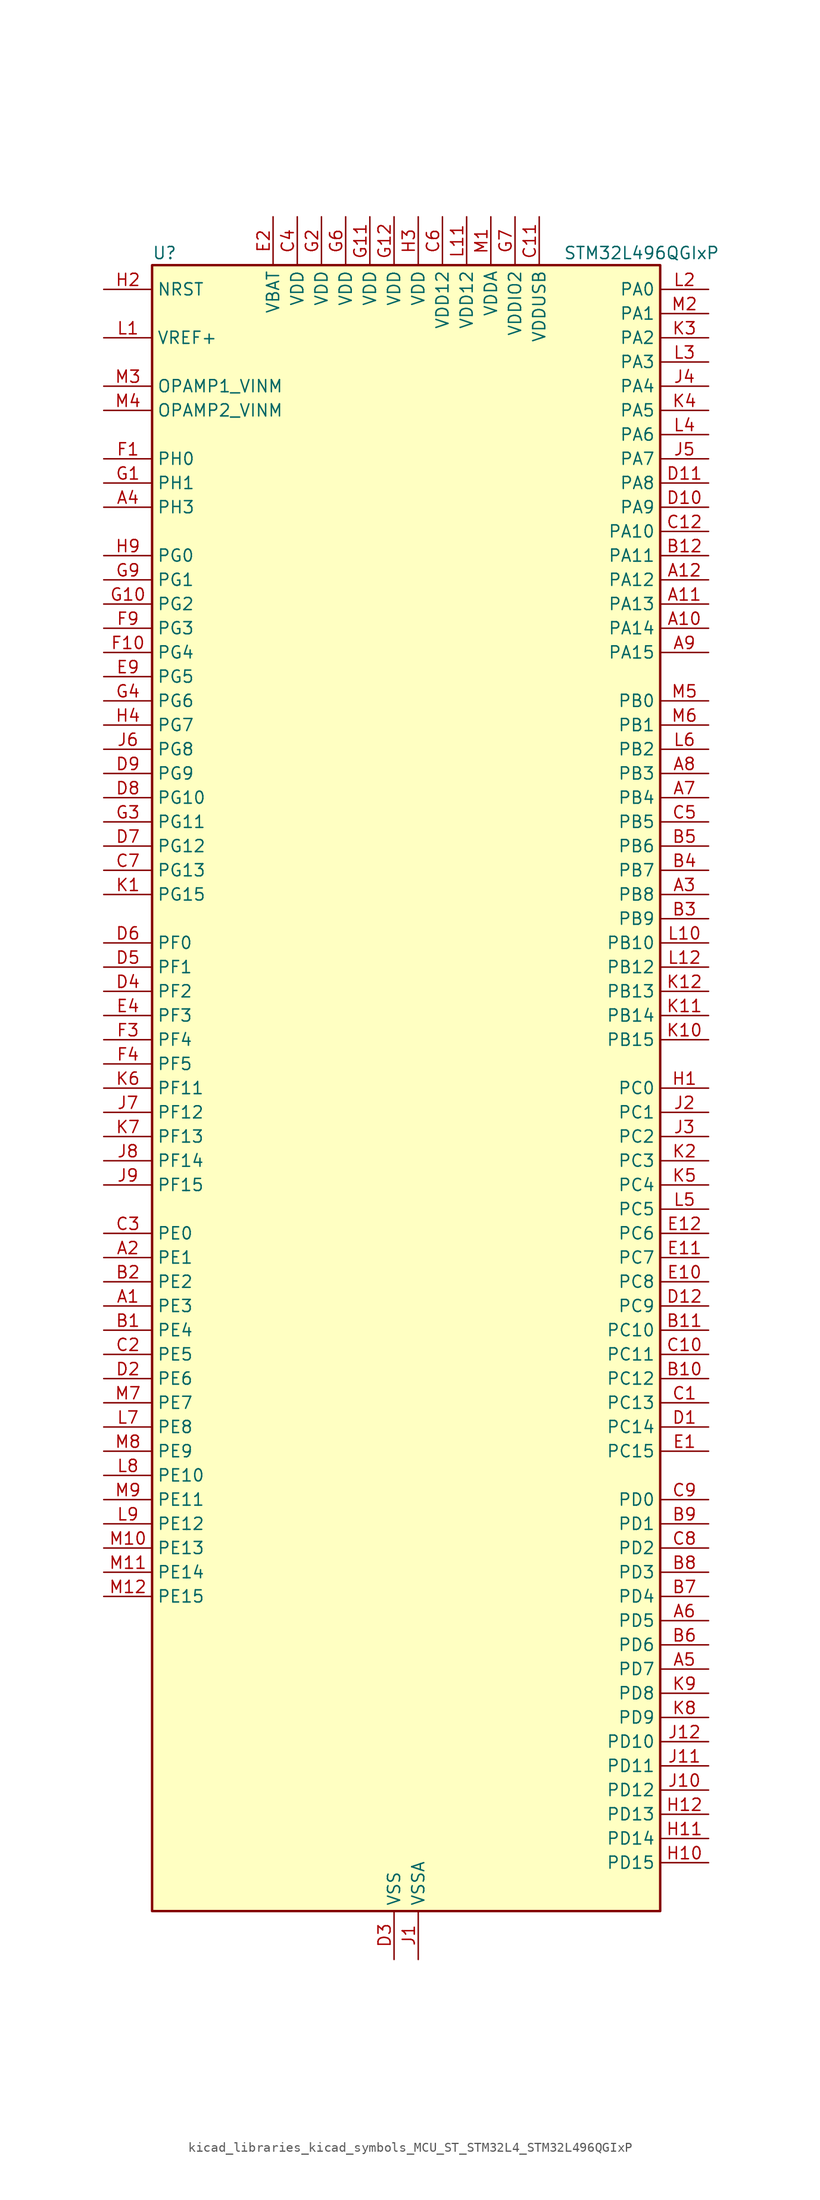
<source format=kicad_sym>
(kicad_symbol_lib
  (version 20220914)
  (generator kicad_symbol_editor)
  (symbol "kicad_libraries_kicad_symbols_MCU_ST_STM32L4_STM32L496QGIxP"
    (property "Reference" "U"
      (at -25.4 87.63 0)
      (effects (font (size 1.27 1.27)) (justify left)))
    (property "Value" "STM32L496QGIxP"
      (at 17.78 87.63 0)
      (effects (font (size 1.27 1.27)) (justify left)))
    (property "ki_locked" ""
      (at 0 0 0)
      (effects (font (size 1.27 1.27))))
    (symbol "kicad_libraries_kicad_symbols_MCU_ST_STM32L4_STM32L496QGIxP_0_1"
      (rectangle (start -25.4 -86.36) (end 27.94 86.36) (stroke (width 0.254) (type default)) (fill (type background))))
    (symbol "kicad_libraries_kicad_symbols_MCU_ST_STM32L4_STM32L496QGIxP_1_1"
      (pin bidirectional line (at -30.48 -22.86 0) (length 5.08) (name "PE3" (effects (font (size 1.27 1.27)))) (number "A1" (effects (font (size 1.27 1.27)))) (alternate "FMC_A19" bidirectional line) (alternate "LCD_SEG39" bidirectional line) (alternate "SAI1_SD_B" bidirectional line) (alternate "SYS_TRACED0" bidirectional line) (alternate "TIM3_CH1" bidirectional line) (alternate "TSC_G7_IO2" bidirectional line))
      (pin bidirectional line (at 33.02 48.26 180) (length 5.08) (name "PA14" (effects (font (size 1.27 1.27)))) (number "A10" (effects (font (size 1.27 1.27)))) (alternate "I2C1_SMBA" bidirectional line) (alternate "I2C4_SMBA" bidirectional line) (alternate "LPTIM1_OUT" bidirectional line) (alternate "SAI1_FS_B" bidirectional line) (alternate "SWPMI1_RX" bidirectional line) (alternate "SYS_JTCK-SWCLK" bidirectional line) (alternate "USB_OTG_FS_SOF" bidirectional line))
      (pin bidirectional line (at 33.02 50.8 180) (length 5.08) (name "PA13" (effects (font (size 1.27 1.27)))) (number "A11" (effects (font (size 1.27 1.27)))) (alternate "IR_OUT" bidirectional line) (alternate "SAI1_SD_B" bidirectional line) (alternate "SWPMI1_TX" bidirectional line) (alternate "SYS_JTMS-SWDIO" bidirectional line) (alternate "USB_OTG_FS_NOE" bidirectional line))
      (pin bidirectional line (at 33.02 53.34 180) (length 5.08) (name "PA12" (effects (font (size 1.27 1.27)))) (number "A12" (effects (font (size 1.27 1.27)))) (alternate "CAN1_TX" bidirectional line) (alternate "SPI1_MOSI" bidirectional line) (alternate "TIM1_ETR" bidirectional line) (alternate "USART1_DE" bidirectional line) (alternate "USART1_RTS" bidirectional line) (alternate "USB_OTG_FS_DP" bidirectional line))
      (pin bidirectional line (at -30.48 -17.78 0) (length 5.08) (name "PE1" (effects (font (size 1.27 1.27)))) (number "A2" (effects (font (size 1.27 1.27)))) (alternate "DCMI_D3" bidirectional line) (alternate "FMC_NBL1" bidirectional line) (alternate "LCD_SEG37" bidirectional line) (alternate "TIM17_CH1" bidirectional line))
      (pin bidirectional line (at 33.02 20.32 180) (length 5.08) (name "PB8" (effects (font (size 1.27 1.27)))) (number "A3" (effects (font (size 1.27 1.27)))) (alternate "CAN1_RX" bidirectional line) (alternate "DCMI_D6" bidirectional line) (alternate "DFSDM1_DATIN6" bidirectional line) (alternate "I2C1_SCL" bidirectional line) (alternate "LCD_SEG16" bidirectional line) (alternate "SAI1_MCLK_A" bidirectional line) (alternate "SDMMC1_D4" bidirectional line) (alternate "TIM16_CH1" bidirectional line) (alternate "TIM4_CH3" bidirectional line))
      (pin bidirectional line (at -30.48 60.96 0) (length 5.08) (name "PH3" (effects (font (size 1.27 1.27)))) (number "A4" (effects (font (size 1.27 1.27)))))
      (pin bidirectional line (at 33.02 -60.96 180) (length 5.08) (name "PD7" (effects (font (size 1.27 1.27)))) (number "A5" (effects (font (size 1.27 1.27)))) (alternate "DFSDM1_CKIN1" bidirectional line) (alternate "FMC_NE1" bidirectional line) (alternate "QUADSPI_BK2_IO3" bidirectional line) (alternate "USART2_CK" bidirectional line))
      (pin bidirectional line (at 33.02 -55.88 180) (length 5.08) (name "PD5" (effects (font (size 1.27 1.27)))) (number "A6" (effects (font (size 1.27 1.27)))) (alternate "FMC_NWE" bidirectional line) (alternate "QUADSPI_BK2_IO1" bidirectional line) (alternate "USART2_TX" bidirectional line))
      (pin bidirectional line (at 33.02 30.48 180) (length 5.08) (name "PB4" (effects (font (size 1.27 1.27)))) (number "A7" (effects (font (size 1.27 1.27)))) (alternate "COMP2_INP" bidirectional line) (alternate "DCMI_D12" bidirectional line) (alternate "I2C3_SDA" bidirectional line) (alternate "LCD_SEG8" bidirectional line) (alternate "SAI1_MCLK_B" bidirectional line) (alternate "SPI1_MISO" bidirectional line) (alternate "SPI3_MISO" bidirectional line) (alternate "SYS_JTRST" bidirectional line) (alternate "TIM17_BKIN" bidirectional line) (alternate "TIM3_CH1" bidirectional line) (alternate "TSC_G2_IO1" bidirectional line) (alternate "UART5_DE" bidirectional line) (alternate "UART5_RTS" bidirectional line) (alternate "USART1_CTS" bidirectional line))
      (pin bidirectional line (at 33.02 33.02 180) (length 5.08) (name "PB3" (effects (font (size 1.27 1.27)))) (number "A8" (effects (font (size 1.27 1.27)))) (alternate "COMP2_INM" bidirectional line) (alternate "CRS_SYNC" bidirectional line) (alternate "LCD_SEG7" bidirectional line) (alternate "SAI1_SCK_B" bidirectional line) (alternate "SPI1_SCK" bidirectional line) (alternate "SPI3_SCK" bidirectional line) (alternate "SYS_JTDO-SWO" bidirectional line) (alternate "TIM2_CH2" bidirectional line) (alternate "USART1_DE" bidirectional line) (alternate "USART1_RTS" bidirectional line))
      (pin bidirectional line (at 33.02 45.72 180) (length 5.08) (name "PA15" (effects (font (size 1.27 1.27)))) (number "A9" (effects (font (size 1.27 1.27)))) (alternate "ADC1_EXTI15" bidirectional line) (alternate "ADC2_EXTI15" bidirectional line) (alternate "ADC3_EXTI15" bidirectional line) (alternate "LCD_SEG17" bidirectional line) (alternate "SAI2_FS_B" bidirectional line) (alternate "SPI1_NSS" bidirectional line) (alternate "SPI3_NSS" bidirectional line) (alternate "SWPMI1_SUSPEND" bidirectional line) (alternate "SYS_JTDI" bidirectional line) (alternate "TIM2_CH1" bidirectional line) (alternate "TIM2_ETR" bidirectional line) (alternate "TSC_G3_IO1" bidirectional line) (alternate "UART4_DE" bidirectional line) (alternate "UART4_RTS" bidirectional line) (alternate "USART2_RX" bidirectional line) (alternate "USART3_DE" bidirectional line) (alternate "USART3_RTS" bidirectional line))
      (pin bidirectional line (at -30.48 -25.4 0) (length 5.08) (name "PE4" (effects (font (size 1.27 1.27)))) (number "B1" (effects (font (size 1.27 1.27)))) (alternate "DCMI_D4" bidirectional line) (alternate "DFSDM1_DATIN3" bidirectional line) (alternate "FMC_A20" bidirectional line) (alternate "SAI1_FS_A" bidirectional line) (alternate "SYS_TRACED1" bidirectional line) (alternate "TIM3_CH2" bidirectional line) (alternate "TSC_G7_IO3" bidirectional line))
      (pin bidirectional line (at 33.02 -30.48 180) (length 5.08) (name "PC12" (effects (font (size 1.27 1.27)))) (number "B10" (effects (font (size 1.27 1.27)))) (alternate "DCMI_D9" bidirectional line) (alternate "LCD_COM6" bidirectional line) (alternate "LCD_SEG30" bidirectional line) (alternate "LCD_SEG42" bidirectional line) (alternate "SAI2_SD_B" bidirectional line) (alternate "SDMMC1_CK" bidirectional line) (alternate "SPI3_MOSI" bidirectional line) (alternate "SYS_TRACED3" bidirectional line) (alternate "TSC_G3_IO4" bidirectional line) (alternate "UART5_TX" bidirectional line) (alternate "USART3_CK" bidirectional line))
      (pin bidirectional line (at 33.02 -25.4 180) (length 5.08) (name "PC10" (effects (font (size 1.27 1.27)))) (number "B11" (effects (font (size 1.27 1.27)))) (alternate "DCMI_D8" bidirectional line) (alternate "LCD_COM4" bidirectional line) (alternate "LCD_SEG28" bidirectional line) (alternate "LCD_SEG40" bidirectional line) (alternate "SAI2_SCK_B" bidirectional line) (alternate "SDMMC1_D2" bidirectional line) (alternate "SPI3_SCK" bidirectional line) (alternate "SYS_TRACED1" bidirectional line) (alternate "TSC_G3_IO2" bidirectional line) (alternate "UART4_TX" bidirectional line) (alternate "USART3_TX" bidirectional line))
      (pin bidirectional line (at 33.02 55.88 180) (length 5.08) (name "PA11" (effects (font (size 1.27 1.27)))) (number "B12" (effects (font (size 1.27 1.27)))) (alternate "ADC1_EXTI11" bidirectional line) (alternate "ADC2_EXTI11" bidirectional line) (alternate "ADC3_EXTI11" bidirectional line) (alternate "CAN1_RX" bidirectional line) (alternate "SPI1_MISO" bidirectional line) (alternate "TIM1_BKIN2" bidirectional line) (alternate "TIM1_BKIN2_COMP1" bidirectional line) (alternate "TIM1_CH4" bidirectional line) (alternate "USART1_CTS" bidirectional line) (alternate "USB_OTG_FS_DM" bidirectional line))
      (pin bidirectional line (at -30.48 -20.32 0) (length 5.08) (name "PE2" (effects (font (size 1.27 1.27)))) (number "B2" (effects (font (size 1.27 1.27)))) (alternate "FMC_A23" bidirectional line) (alternate "LCD_SEG38" bidirectional line) (alternate "SAI1_MCLK_A" bidirectional line) (alternate "SYS_TRACECLK" bidirectional line) (alternate "TIM3_ETR" bidirectional line) (alternate "TSC_G7_IO1" bidirectional line))
      (pin bidirectional line (at 33.02 17.78 180) (length 5.08) (name "PB9" (effects (font (size 1.27 1.27)))) (number "B3" (effects (font (size 1.27 1.27)))) (alternate "CAN1_TX" bidirectional line) (alternate "DAC1_EXTI9" bidirectional line) (alternate "DCMI_D7" bidirectional line) (alternate "DFSDM1_CKIN6" bidirectional line) (alternate "I2C1_SDA" bidirectional line) (alternate "IR_OUT" bidirectional line) (alternate "LCD_COM3" bidirectional line) (alternate "SAI1_FS_A" bidirectional line) (alternate "SDMMC1_D5" bidirectional line) (alternate "SPI2_NSS" bidirectional line) (alternate "TIM17_CH1" bidirectional line) (alternate "TIM4_CH4" bidirectional line))
      (pin bidirectional line (at 33.02 22.86 180) (length 5.08) (name "PB7" (effects (font (size 1.27 1.27)))) (number "B4" (effects (font (size 1.27 1.27)))) (alternate "COMP2_INM" bidirectional line) (alternate "DCMI_VSYNC" bidirectional line) (alternate "DFSDM1_CKIN5" bidirectional line) (alternate "FMC_NL" bidirectional line) (alternate "I2C1_SDA" bidirectional line) (alternate "I2C4_SDA" bidirectional line) (alternate "LCD_SEG21" bidirectional line) (alternate "LPTIM1_IN2" bidirectional line) (alternate "SYS_PVD_IN" bidirectional line) (alternate "TIM17_CH1N" bidirectional line) (alternate "TIM4_CH2" bidirectional line) (alternate "TIM8_BKIN" bidirectional line) (alternate "TIM8_BKIN_COMP1" bidirectional line) (alternate "TSC_G2_IO4" bidirectional line) (alternate "UART4_CTS" bidirectional line) (alternate "USART1_RX" bidirectional line))
      (pin bidirectional line (at 33.02 25.4 180) (length 5.08) (name "PB6" (effects (font (size 1.27 1.27)))) (number "B5" (effects (font (size 1.27 1.27)))) (alternate "CAN2_TX" bidirectional line) (alternate "COMP2_INP" bidirectional line) (alternate "DCMI_D5" bidirectional line) (alternate "DFSDM1_DATIN5" bidirectional line) (alternate "I2C1_SCL" bidirectional line) (alternate "I2C4_SCL" bidirectional line) (alternate "LPTIM1_ETR" bidirectional line) (alternate "SAI1_FS_B" bidirectional line) (alternate "TIM16_CH1N" bidirectional line) (alternate "TIM4_CH1" bidirectional line) (alternate "TIM8_BKIN2" bidirectional line) (alternate "TIM8_BKIN2_COMP2" bidirectional line) (alternate "TSC_G2_IO3" bidirectional line) (alternate "USART1_TX" bidirectional line))
      (pin bidirectional line (at 33.02 -58.42 180) (length 5.08) (name "PD6" (effects (font (size 1.27 1.27)))) (number "B6" (effects (font (size 1.27 1.27)))) (alternate "DCMI_D10" bidirectional line) (alternate "DFSDM1_DATIN1" bidirectional line) (alternate "FMC_NWAIT" bidirectional line) (alternate "QUADSPI_BK2_IO1" bidirectional line) (alternate "QUADSPI_BK2_IO2" bidirectional line) (alternate "SAI1_SD_A" bidirectional line) (alternate "USART2_RX" bidirectional line))
      (pin bidirectional line (at 33.02 -53.34 180) (length 5.08) (name "PD4" (effects (font (size 1.27 1.27)))) (number "B7" (effects (font (size 1.27 1.27)))) (alternate "DFSDM1_CKIN0" bidirectional line) (alternate "FMC_NOE" bidirectional line) (alternate "QUADSPI_BK2_IO0" bidirectional line) (alternate "SPI2_MOSI" bidirectional line) (alternate "USART2_DE" bidirectional line) (alternate "USART2_RTS" bidirectional line))
      (pin bidirectional line (at 33.02 -50.8 180) (length 5.08) (name "PD3" (effects (font (size 1.27 1.27)))) (number "B8" (effects (font (size 1.27 1.27)))) (alternate "DCMI_D5" bidirectional line) (alternate "DFSDM1_DATIN0" bidirectional line) (alternate "FMC_CLK" bidirectional line) (alternate "QUADSPI_BK2_NCS" bidirectional line) (alternate "SPI2_MISO" bidirectional line) (alternate "SPI2_SCK" bidirectional line) (alternate "USART2_CTS" bidirectional line))
      (pin bidirectional line (at 33.02 -45.72 180) (length 5.08) (name "PD1" (effects (font (size 1.27 1.27)))) (number "B9" (effects (font (size 1.27 1.27)))) (alternate "CAN1_TX" bidirectional line) (alternate "DFSDM1_CKIN7" bidirectional line) (alternate "FMC_D3" bidirectional line) (alternate "FMC_DA3" bidirectional line) (alternate "SPI2_SCK" bidirectional line))
      (pin bidirectional line (at 33.02 -33.02 180) (length 5.08) (name "PC13" (effects (font (size 1.27 1.27)))) (number "C1" (effects (font (size 1.27 1.27)))) (alternate "RTC_OUT_ALARM" bidirectional line) (alternate "RTC_OUT_CALIB" bidirectional line) (alternate "RTC_TAMP1" bidirectional line) (alternate "RTC_TS" bidirectional line) (alternate "SYS_WKUP2" bidirectional line))
      (pin bidirectional line (at 33.02 -27.94 180) (length 5.08) (name "PC11" (effects (font (size 1.27 1.27)))) (number "C10" (effects (font (size 1.27 1.27)))) (alternate "ADC1_EXTI11" bidirectional line) (alternate "ADC2_EXTI11" bidirectional line) (alternate "ADC3_EXTI11" bidirectional line) (alternate "DCMI_D4" bidirectional line) (alternate "LCD_COM5" bidirectional line) (alternate "LCD_SEG29" bidirectional line) (alternate "LCD_SEG41" bidirectional line) (alternate "QUADSPI_BK2_NCS" bidirectional line) (alternate "SAI2_MCLK_B" bidirectional line) (alternate "SDMMC1_D3" bidirectional line) (alternate "SPI3_MISO" bidirectional line) (alternate "TSC_G3_IO3" bidirectional line) (alternate "UART4_RX" bidirectional line) (alternate "USART3_RX" bidirectional line))
      (pin power_in line (at 15.24 91.44 270) (length 5.08) (name "VDDUSB" (effects (font (size 1.27 1.27)))) (number "C11" (effects (font (size 1.27 1.27)))))
      (pin bidirectional line (at 33.02 58.42 180) (length 5.08) (name "PA10" (effects (font (size 1.27 1.27)))) (number "C12" (effects (font (size 1.27 1.27)))) (alternate "DCMI_D1" bidirectional line) (alternate "LCD_COM2" bidirectional line) (alternate "SAI1_SD_A" bidirectional line) (alternate "TIM17_BKIN" bidirectional line) (alternate "TIM1_CH3" bidirectional line) (alternate "USART1_RX" bidirectional line) (alternate "USB_OTG_FS_ID" bidirectional line))
      (pin bidirectional line (at -30.48 -27.94 0) (length 5.08) (name "PE5" (effects (font (size 1.27 1.27)))) (number "C2" (effects (font (size 1.27 1.27)))) (alternate "DCMI_D6" bidirectional line) (alternate "DFSDM1_CKIN3" bidirectional line) (alternate "FMC_A21" bidirectional line) (alternate "SAI1_SCK_A" bidirectional line) (alternate "SYS_TRACED2" bidirectional line) (alternate "TIM3_CH3" bidirectional line) (alternate "TSC_G7_IO4" bidirectional line))
      (pin bidirectional line (at -30.48 -15.24 0) (length 5.08) (name "PE0" (effects (font (size 1.27 1.27)))) (number "C3" (effects (font (size 1.27 1.27)))) (alternate "DCMI_D2" bidirectional line) (alternate "FMC_NBL0" bidirectional line) (alternate "LCD_SEG36" bidirectional line) (alternate "TIM16_CH1" bidirectional line) (alternate "TIM4_ETR" bidirectional line))
      (pin power_in line (at -10.16 91.44 270) (length 5.08) (name "VDD" (effects (font (size 1.27 1.27)))) (number "C4" (effects (font (size 1.27 1.27)))))
      (pin bidirectional line (at 33.02 27.94 180) (length 5.08) (name "PB5" (effects (font (size 1.27 1.27)))) (number "C5" (effects (font (size 1.27 1.27)))) (alternate "CAN2_RX" bidirectional line) (alternate "COMP2_OUT" bidirectional line) (alternate "DCMI_D10" bidirectional line) (alternate "I2C1_SMBA" bidirectional line) (alternate "LCD_SEG9" bidirectional line) (alternate "LPTIM1_IN1" bidirectional line) (alternate "SAI1_SD_B" bidirectional line) (alternate "SPI1_MOSI" bidirectional line) (alternate "SPI3_MOSI" bidirectional line) (alternate "TIM16_BKIN" bidirectional line) (alternate "TIM3_CH2" bidirectional line) (alternate "TSC_G2_IO2" bidirectional line) (alternate "UART5_CTS" bidirectional line) (alternate "USART1_CK" bidirectional line))
      (pin power_in line (at 5.08 91.44 270) (length 5.08) (name "VDD12" (effects (font (size 1.27 1.27)))) (number "C6" (effects (font (size 1.27 1.27)))))
      (pin bidirectional line (at -30.48 22.86 0) (length 5.08) (name "PG13" (effects (font (size 1.27 1.27)))) (number "C7" (effects (font (size 1.27 1.27)))) (alternate "FMC_A24" bidirectional line) (alternate "I2C1_SDA" bidirectional line) (alternate "USART1_CK" bidirectional line))
      (pin bidirectional line (at 33.02 -48.26 180) (length 5.08) (name "PD2" (effects (font (size 1.27 1.27)))) (number "C8" (effects (font (size 1.27 1.27)))) (alternate "DCMI_D11" bidirectional line) (alternate "LCD_COM7" bidirectional line) (alternate "LCD_SEG31" bidirectional line) (alternate "LCD_SEG43" bidirectional line) (alternate "SDMMC1_CMD" bidirectional line) (alternate "SYS_TRACED2" bidirectional line) (alternate "TIM3_ETR" bidirectional line) (alternate "TSC_SYNC" bidirectional line) (alternate "UART5_RX" bidirectional line) (alternate "USART3_DE" bidirectional line) (alternate "USART3_RTS" bidirectional line))
      (pin bidirectional line (at 33.02 -43.18 180) (length 5.08) (name "PD0" (effects (font (size 1.27 1.27)))) (number "C9" (effects (font (size 1.27 1.27)))) (alternate "CAN1_RX" bidirectional line) (alternate "DFSDM1_DATIN7" bidirectional line) (alternate "FMC_D2" bidirectional line) (alternate "FMC_DA2" bidirectional line) (alternate "SPI2_NSS" bidirectional line))
      (pin bidirectional line (at 33.02 -35.56 180) (length 5.08) (name "PC14" (effects (font (size 1.27 1.27)))) (number "D1" (effects (font (size 1.27 1.27)))) (alternate "RCC_OSC32_IN" bidirectional line))
      (pin bidirectional line (at 33.02 60.96 180) (length 5.08) (name "PA9" (effects (font (size 1.27 1.27)))) (number "D10" (effects (font (size 1.27 1.27)))) (alternate "DAC1_EXTI9" bidirectional line) (alternate "DCMI_D0" bidirectional line) (alternate "LCD_COM1" bidirectional line) (alternate "SAI1_FS_A" bidirectional line) (alternate "SPI2_SCK" bidirectional line) (alternate "TIM15_BKIN" bidirectional line) (alternate "TIM1_CH2" bidirectional line) (alternate "USART1_TX" bidirectional line) (alternate "USB_OTG_FS_VBUS" bidirectional line))
      (pin bidirectional line (at 33.02 63.5 180) (length 5.08) (name "PA8" (effects (font (size 1.27 1.27)))) (number "D11" (effects (font (size 1.27 1.27)))) (alternate "LCD_COM0" bidirectional line) (alternate "LPTIM2_OUT" bidirectional line) (alternate "RCC_MCO" bidirectional line) (alternate "SAI1_SCK_A" bidirectional line) (alternate "SWPMI1_IO" bidirectional line) (alternate "TIM1_CH1" bidirectional line) (alternate "USART1_CK" bidirectional line) (alternate "USB_OTG_FS_SOF" bidirectional line))
      (pin bidirectional line (at 33.02 -22.86 180) (length 5.08) (name "PC9" (effects (font (size 1.27 1.27)))) (number "D12" (effects (font (size 1.27 1.27)))) (alternate "DAC1_EXTI9" bidirectional line) (alternate "DCMI_D3" bidirectional line) (alternate "I2C3_SDA" bidirectional line) (alternate "LCD_SEG27" bidirectional line) (alternate "SAI2_EXTCLK" bidirectional line) (alternate "SDMMC1_D1" bidirectional line) (alternate "TIM3_CH4" bidirectional line) (alternate "TIM8_BKIN2" bidirectional line) (alternate "TIM8_BKIN2_COMP1" bidirectional line) (alternate "TIM8_CH4" bidirectional line) (alternate "TSC_G4_IO4" bidirectional line) (alternate "USB_OTG_FS_NOE" bidirectional line))
      (pin bidirectional line (at -30.48 -30.48 0) (length 5.08) (name "PE6" (effects (font (size 1.27 1.27)))) (number "D2" (effects (font (size 1.27 1.27)))) (alternate "DCMI_D7" bidirectional line) (alternate "FMC_A22" bidirectional line) (alternate "RTC_TAMP3" bidirectional line) (alternate "SAI1_SD_A" bidirectional line) (alternate "SYS_TRACED3" bidirectional line) (alternate "SYS_WKUP3" bidirectional line) (alternate "TIM3_CH4" bidirectional line))
      (pin power_in line (at 0 -91.44 90) (length 5.08) (name "VSS" (effects (font (size 1.27 1.27)))) (number "D3" (effects (font (size 1.27 1.27)))))
      (pin bidirectional line (at -30.48 10.16 0) (length 5.08) (name "PF2" (effects (font (size 1.27 1.27)))) (number "D4" (effects (font (size 1.27 1.27)))) (alternate "FMC_A2" bidirectional line) (alternate "I2C2_SMBA" bidirectional line))
      (pin bidirectional line (at -30.48 12.7 0) (length 5.08) (name "PF1" (effects (font (size 1.27 1.27)))) (number "D5" (effects (font (size 1.27 1.27)))) (alternate "FMC_A1" bidirectional line) (alternate "I2C2_SCL" bidirectional line))
      (pin bidirectional line (at -30.48 15.24 0) (length 5.08) (name "PF0" (effects (font (size 1.27 1.27)))) (number "D6" (effects (font (size 1.27 1.27)))) (alternate "FMC_A0" bidirectional line) (alternate "I2C2_SDA" bidirectional line))
      (pin bidirectional line (at -30.48 25.4 0) (length 5.08) (name "PG12" (effects (font (size 1.27 1.27)))) (number "D7" (effects (font (size 1.27 1.27)))) (alternate "FMC_NE4" bidirectional line) (alternate "LPTIM1_ETR" bidirectional line) (alternate "SAI2_SD_A" bidirectional line) (alternate "SPI3_NSS" bidirectional line) (alternate "USART1_DE" bidirectional line) (alternate "USART1_RTS" bidirectional line))
      (pin bidirectional line (at -30.48 30.48 0) (length 5.08) (name "PG10" (effects (font (size 1.27 1.27)))) (number "D8" (effects (font (size 1.27 1.27)))) (alternate "FMC_NE3" bidirectional line) (alternate "LPTIM1_IN1" bidirectional line) (alternate "SAI2_FS_A" bidirectional line) (alternate "SPI3_MISO" bidirectional line) (alternate "TIM15_CH1" bidirectional line) (alternate "USART1_RX" bidirectional line))
      (pin bidirectional line (at -30.48 33.02 0) (length 5.08) (name "PG9" (effects (font (size 1.27 1.27)))) (number "D9" (effects (font (size 1.27 1.27)))) (alternate "DAC1_EXTI9" bidirectional line) (alternate "FMC_NCE" bidirectional line) (alternate "FMC_NE2" bidirectional line) (alternate "SAI2_SCK_A" bidirectional line) (alternate "SPI3_SCK" bidirectional line) (alternate "TIM15_CH1N" bidirectional line) (alternate "USART1_TX" bidirectional line))
      (pin bidirectional line (at 33.02 -38.1 180) (length 5.08) (name "PC15" (effects (font (size 1.27 1.27)))) (number "E1" (effects (font (size 1.27 1.27)))) (alternate "ADC1_EXTI15" bidirectional line) (alternate "ADC2_EXTI15" bidirectional line) (alternate "ADC3_EXTI15" bidirectional line) (alternate "RCC_OSC32_OUT" bidirectional line))
      (pin bidirectional line (at 33.02 -20.32 180) (length 5.08) (name "PC8" (effects (font (size 1.27 1.27)))) (number "E10" (effects (font (size 1.27 1.27)))) (alternate "DCMI_D2" bidirectional line) (alternate "LCD_SEG26" bidirectional line) (alternate "SDMMC1_D0" bidirectional line) (alternate "TIM3_CH3" bidirectional line) (alternate "TIM8_CH3" bidirectional line) (alternate "TSC_G4_IO3" bidirectional line))
      (pin bidirectional line (at 33.02 -17.78 180) (length 5.08) (name "PC7" (effects (font (size 1.27 1.27)))) (number "E11" (effects (font (size 1.27 1.27)))) (alternate "DCMI_D1" bidirectional line) (alternate "DFSDM1_DATIN3" bidirectional line) (alternate "LCD_SEG25" bidirectional line) (alternate "SAI2_MCLK_B" bidirectional line) (alternate "SDMMC1_D7" bidirectional line) (alternate "TIM3_CH2" bidirectional line) (alternate "TIM8_CH2" bidirectional line) (alternate "TSC_G4_IO2" bidirectional line))
      (pin bidirectional line (at 33.02 -15.24 180) (length 5.08) (name "PC6" (effects (font (size 1.27 1.27)))) (number "E12" (effects (font (size 1.27 1.27)))) (alternate "DCMI_D0" bidirectional line) (alternate "DFSDM1_CKIN3" bidirectional line) (alternate "LCD_SEG24" bidirectional line) (alternate "SAI2_MCLK_A" bidirectional line) (alternate "SDMMC1_D6" bidirectional line) (alternate "TIM3_CH1" bidirectional line) (alternate "TIM8_CH1" bidirectional line) (alternate "TSC_G4_IO1" bidirectional line))
      (pin power_in line (at -12.7 91.44 270) (length 5.08) (name "VBAT" (effects (font (size 1.27 1.27)))) (number "E2" (effects (font (size 1.27 1.27)))))
      (pin passive line (at 0 -91.44 90) (length 5.08) hide (name "VSS" (effects (font (size 1.27 1.27)))) (number "E3" (effects (font (size 1.27 1.27)))))
      (pin bidirectional line (at -30.48 7.62 0) (length 5.08) (name "PF3" (effects (font (size 1.27 1.27)))) (number "E4" (effects (font (size 1.27 1.27)))) (alternate "ADC3_IN6" bidirectional line) (alternate "FMC_A3" bidirectional line))
      (pin bidirectional line (at -30.48 43.18 0) (length 5.08) (name "PG5" (effects (font (size 1.27 1.27)))) (number "E9" (effects (font (size 1.27 1.27)))) (alternate "FMC_A15" bidirectional line) (alternate "LPUART1_CTS" bidirectional line) (alternate "SAI2_SD_B" bidirectional line) (alternate "SPI1_NSS" bidirectional line))
      (pin bidirectional line (at -30.48 66.04 0) (length 5.08) (name "PH0" (effects (font (size 1.27 1.27)))) (number "F1" (effects (font (size 1.27 1.27)))) (alternate "RCC_OSC_IN" bidirectional line))
      (pin bidirectional line (at -30.48 45.72 0) (length 5.08) (name "PG4" (effects (font (size 1.27 1.27)))) (number "F10" (effects (font (size 1.27 1.27)))) (alternate "FMC_A14" bidirectional line) (alternate "SAI2_MCLK_B" bidirectional line) (alternate "SPI1_MOSI" bidirectional line))
      (pin passive line (at 0 -91.44 90) (length 5.08) hide (name "VSS" (effects (font (size 1.27 1.27)))) (number "F11" (effects (font (size 1.27 1.27)))))
      (pin passive line (at 0 -91.44 90) (length 5.08) hide (name "VSS" (effects (font (size 1.27 1.27)))) (number "F12" (effects (font (size 1.27 1.27)))))
      (pin passive line (at 0 -91.44 90) (length 5.08) hide (name "VSS" (effects (font (size 1.27 1.27)))) (number "F2" (effects (font (size 1.27 1.27)))))
      (pin bidirectional line (at -30.48 5.08 0) (length 5.08) (name "PF4" (effects (font (size 1.27 1.27)))) (number "F3" (effects (font (size 1.27 1.27)))) (alternate "ADC3_IN7" bidirectional line) (alternate "FMC_A4" bidirectional line))
      (pin bidirectional line (at -30.48 2.54 0) (length 5.08) (name "PF5" (effects (font (size 1.27 1.27)))) (number "F4" (effects (font (size 1.27 1.27)))) (alternate "ADC3_IN8" bidirectional line) (alternate "FMC_A5" bidirectional line))
      (pin passive line (at 0 -91.44 90) (length 5.08) hide (name "VSS" (effects (font (size 1.27 1.27)))) (number "F6" (effects (font (size 1.27 1.27)))))
      (pin passive line (at 0 -91.44 90) (length 5.08) hide (name "VSS" (effects (font (size 1.27 1.27)))) (number "F7" (effects (font (size 1.27 1.27)))))
      (pin bidirectional line (at -30.48 48.26 0) (length 5.08) (name "PG3" (effects (font (size 1.27 1.27)))) (number "F9" (effects (font (size 1.27 1.27)))) (alternate "FMC_A13" bidirectional line) (alternate "SAI2_FS_B" bidirectional line) (alternate "SPI1_MISO" bidirectional line))
      (pin bidirectional line (at -30.48 63.5 0) (length 5.08) (name "PH1" (effects (font (size 1.27 1.27)))) (number "G1" (effects (font (size 1.27 1.27)))) (alternate "RCC_OSC_OUT" bidirectional line))
      (pin bidirectional line (at -30.48 50.8 0) (length 5.08) (name "PG2" (effects (font (size 1.27 1.27)))) (number "G10" (effects (font (size 1.27 1.27)))) (alternate "FMC_A12" bidirectional line) (alternate "SAI2_SCK_B" bidirectional line) (alternate "SPI1_SCK" bidirectional line))
      (pin power_in line (at -2.54 91.44 270) (length 5.08) (name "VDD" (effects (font (size 1.27 1.27)))) (number "G11" (effects (font (size 1.27 1.27)))))
      (pin power_in line (at 0 91.44 270) (length 5.08) (name "VDD" (effects (font (size 1.27 1.27)))) (number "G12" (effects (font (size 1.27 1.27)))))
      (pin power_in line (at -7.62 91.44 270) (length 5.08) (name "VDD" (effects (font (size 1.27 1.27)))) (number "G2" (effects (font (size 1.27 1.27)))))
      (pin bidirectional line (at -30.48 27.94 0) (length 5.08) (name "PG11" (effects (font (size 1.27 1.27)))) (number "G3" (effects (font (size 1.27 1.27)))) (alternate "ADC1_EXTI11" bidirectional line) (alternate "ADC2_EXTI11" bidirectional line) (alternate "ADC3_EXTI11" bidirectional line) (alternate "LPTIM1_IN2" bidirectional line) (alternate "SAI2_MCLK_A" bidirectional line) (alternate "SPI3_MOSI" bidirectional line) (alternate "TIM15_CH2" bidirectional line) (alternate "USART1_CTS" bidirectional line))
      (pin bidirectional line (at -30.48 40.64 0) (length 5.08) (name "PG6" (effects (font (size 1.27 1.27)))) (number "G4" (effects (font (size 1.27 1.27)))) (alternate "I2C3_SMBA" bidirectional line) (alternate "LPUART1_DE" bidirectional line) (alternate "LPUART1_RTS" bidirectional line))
      (pin power_in line (at -5.08 91.44 270) (length 5.08) (name "VDD" (effects (font (size 1.27 1.27)))) (number "G6" (effects (font (size 1.27 1.27)))))
      (pin power_in line (at 12.7 91.44 270) (length 5.08) (name "VDDIO2" (effects (font (size 1.27 1.27)))) (number "G7" (effects (font (size 1.27 1.27)))))
      (pin bidirectional line (at -30.48 53.34 0) (length 5.08) (name "PG1" (effects (font (size 1.27 1.27)))) (number "G9" (effects (font (size 1.27 1.27)))) (alternate "FMC_A11" bidirectional line) (alternate "TSC_G8_IO4" bidirectional line))
      (pin bidirectional line (at 33.02 0 180) (length 5.08) (name "PC0" (effects (font (size 1.27 1.27)))) (number "H1" (effects (font (size 1.27 1.27)))) (alternate "ADC1_IN1" bidirectional line) (alternate "ADC2_IN1" bidirectional line) (alternate "ADC3_IN1" bidirectional line) (alternate "DFSDM1_DATIN4" bidirectional line) (alternate "I2C3_SCL" bidirectional line) (alternate "I2C4_SCL" bidirectional line) (alternate "LCD_SEG18" bidirectional line) (alternate "LPTIM1_IN1" bidirectional line) (alternate "LPTIM2_IN1" bidirectional line) (alternate "LPUART1_RX" bidirectional line))
      (pin bidirectional line (at 33.02 -81.28 180) (length 5.08) (name "PD15" (effects (font (size 1.27 1.27)))) (number "H10" (effects (font (size 1.27 1.27)))) (alternate "ADC1_EXTI15" bidirectional line) (alternate "ADC2_EXTI15" bidirectional line) (alternate "ADC3_EXTI15" bidirectional line) (alternate "FMC_D1" bidirectional line) (alternate "FMC_DA1" bidirectional line) (alternate "LCD_SEG35" bidirectional line) (alternate "TIM4_CH4" bidirectional line))
      (pin bidirectional line (at 33.02 -78.74 180) (length 5.08) (name "PD14" (effects (font (size 1.27 1.27)))) (number "H11" (effects (font (size 1.27 1.27)))) (alternate "FMC_D0" bidirectional line) (alternate "FMC_DA0" bidirectional line) (alternate "LCD_SEG34" bidirectional line) (alternate "TIM4_CH3" bidirectional line))
      (pin bidirectional line (at 33.02 -76.2 180) (length 5.08) (name "PD13" (effects (font (size 1.27 1.27)))) (number "H12" (effects (font (size 1.27 1.27)))) (alternate "FMC_A18" bidirectional line) (alternate "I2C4_SDA" bidirectional line) (alternate "LCD_SEG33" bidirectional line) (alternate "LPTIM2_OUT" bidirectional line) (alternate "TIM4_CH2" bidirectional line) (alternate "TSC_G6_IO4" bidirectional line))
      (pin input line (at -30.48 83.82 0) (length 5.08) (name "NRST" (effects (font (size 1.27 1.27)))) (number "H2" (effects (font (size 1.27 1.27)))))
      (pin power_in line (at 2.54 91.44 270) (length 5.08) (name "VDD" (effects (font (size 1.27 1.27)))) (number "H3" (effects (font (size 1.27 1.27)))))
      (pin bidirectional line (at -30.48 38.1 0) (length 5.08) (name "PG7" (effects (font (size 1.27 1.27)))) (number "H4" (effects (font (size 1.27 1.27)))) (alternate "FMC_INT" bidirectional line) (alternate "I2C3_SCL" bidirectional line) (alternate "LPUART1_TX" bidirectional line) (alternate "SAI1_MCLK_A" bidirectional line))
      (pin bidirectional line (at -30.48 55.88 0) (length 5.08) (name "PG0" (effects (font (size 1.27 1.27)))) (number "H9" (effects (font (size 1.27 1.27)))) (alternate "FMC_A10" bidirectional line) (alternate "TSC_G8_IO3" bidirectional line))
      (pin power_in line (at 2.54 -91.44 90) (length 5.08) (name "VSSA" (effects (font (size 1.27 1.27)))) (number "J1" (effects (font (size 1.27 1.27)))))
      (pin bidirectional line (at 33.02 -73.66 180) (length 5.08) (name "PD12" (effects (font (size 1.27 1.27)))) (number "J10" (effects (font (size 1.27 1.27)))) (alternate "FMC_A17" bidirectional line) (alternate "FMC_ALE" bidirectional line) (alternate "I2C4_SCL" bidirectional line) (alternate "LCD_SEG32" bidirectional line) (alternate "LPTIM2_IN1" bidirectional line) (alternate "SAI2_FS_A" bidirectional line) (alternate "TIM4_CH1" bidirectional line) (alternate "TSC_G6_IO3" bidirectional line) (alternate "USART3_DE" bidirectional line) (alternate "USART3_RTS" bidirectional line))
      (pin bidirectional line (at 33.02 -71.12 180) (length 5.08) (name "PD11" (effects (font (size 1.27 1.27)))) (number "J11" (effects (font (size 1.27 1.27)))) (alternate "ADC1_EXTI11" bidirectional line) (alternate "ADC2_EXTI11" bidirectional line) (alternate "ADC3_EXTI11" bidirectional line) (alternate "FMC_A16" bidirectional line) (alternate "FMC_CLE" bidirectional line) (alternate "I2C4_SMBA" bidirectional line) (alternate "LCD_SEG31" bidirectional line) (alternate "LPTIM2_ETR" bidirectional line) (alternate "SAI2_SD_A" bidirectional line) (alternate "TSC_G6_IO2" bidirectional line) (alternate "USART3_CTS" bidirectional line))
      (pin bidirectional line (at 33.02 -68.58 180) (length 5.08) (name "PD10" (effects (font (size 1.27 1.27)))) (number "J12" (effects (font (size 1.27 1.27)))) (alternate "FMC_D15" bidirectional line) (alternate "FMC_DA15" bidirectional line) (alternate "LCD_SEG30" bidirectional line) (alternate "SAI2_SCK_A" bidirectional line) (alternate "TSC_G6_IO1" bidirectional line) (alternate "USART3_CK" bidirectional line))
      (pin bidirectional line (at 33.02 -2.54 180) (length 5.08) (name "PC1" (effects (font (size 1.27 1.27)))) (number "J2" (effects (font (size 1.27 1.27)))) (alternate "ADC1_IN2" bidirectional line) (alternate "ADC2_IN2" bidirectional line) (alternate "ADC3_IN2" bidirectional line) (alternate "DFSDM1_CKIN4" bidirectional line) (alternate "I2C3_SDA" bidirectional line) (alternate "I2C4_SDA" bidirectional line) (alternate "LCD_SEG19" bidirectional line) (alternate "LPTIM1_OUT" bidirectional line) (alternate "LPUART1_TX" bidirectional line) (alternate "QUADSPI_BK2_IO0" bidirectional line) (alternate "SAI1_SD_A" bidirectional line) (alternate "SPI2_MOSI" bidirectional line) (alternate "SYS_TRACED0" bidirectional line))
      (pin bidirectional line (at 33.02 -5.08 180) (length 5.08) (name "PC2" (effects (font (size 1.27 1.27)))) (number "J3" (effects (font (size 1.27 1.27)))) (alternate "ADC1_IN3" bidirectional line) (alternate "ADC2_IN3" bidirectional line) (alternate "ADC3_IN3" bidirectional line) (alternate "DFSDM1_CKOUT" bidirectional line) (alternate "LCD_SEG20" bidirectional line) (alternate "LPTIM1_IN2" bidirectional line) (alternate "QUADSPI_BK2_IO1" bidirectional line) (alternate "SPI2_MISO" bidirectional line))
      (pin bidirectional line (at 33.02 73.66 180) (length 5.08) (name "PA4" (effects (font (size 1.27 1.27)))) (number "J4" (effects (font (size 1.27 1.27)))) (alternate "ADC1_IN9" bidirectional line) (alternate "ADC2_IN9" bidirectional line) (alternate "DAC1_OUT1" bidirectional line) (alternate "DCMI_HSYNC" bidirectional line) (alternate "LPTIM2_OUT" bidirectional line) (alternate "SAI1_FS_B" bidirectional line) (alternate "SPI1_NSS" bidirectional line) (alternate "SPI3_NSS" bidirectional line) (alternate "USART2_CK" bidirectional line))
      (pin bidirectional line (at 33.02 66.04 180) (length 5.08) (name "PA7" (effects (font (size 1.27 1.27)))) (number "J5" (effects (font (size 1.27 1.27)))) (alternate "ADC1_IN12" bidirectional line) (alternate "ADC2_IN12" bidirectional line) (alternate "I2C3_SCL" bidirectional line) (alternate "LCD_SEG4" bidirectional line) (alternate "QUADSPI_BK1_IO2" bidirectional line) (alternate "SPI1_MOSI" bidirectional line) (alternate "TIM17_CH1" bidirectional line) (alternate "TIM1_CH1N" bidirectional line) (alternate "TIM3_CH2" bidirectional line) (alternate "TIM8_CH1N" bidirectional line))
      (pin bidirectional line (at -30.48 35.56 0) (length 5.08) (name "PG8" (effects (font (size 1.27 1.27)))) (number "J6" (effects (font (size 1.27 1.27)))) (alternate "I2C3_SDA" bidirectional line) (alternate "LPUART1_RX" bidirectional line))
      (pin bidirectional line (at -30.48 -2.54 0) (length 5.08) (name "PF12" (effects (font (size 1.27 1.27)))) (number "J7" (effects (font (size 1.27 1.27)))) (alternate "FMC_A6" bidirectional line))
      (pin bidirectional line (at -30.48 -7.62 0) (length 5.08) (name "PF14" (effects (font (size 1.27 1.27)))) (number "J8" (effects (font (size 1.27 1.27)))) (alternate "DFSDM1_CKIN6" bidirectional line) (alternate "FMC_A8" bidirectional line) (alternate "I2C4_SCL" bidirectional line) (alternate "TSC_G8_IO1" bidirectional line))
      (pin bidirectional line (at -30.48 -10.16 0) (length 5.08) (name "PF15" (effects (font (size 1.27 1.27)))) (number "J9" (effects (font (size 1.27 1.27)))) (alternate "ADC1_EXTI15" bidirectional line) (alternate "ADC2_EXTI15" bidirectional line) (alternate "ADC3_EXTI15" bidirectional line) (alternate "FMC_A9" bidirectional line) (alternate "I2C4_SDA" bidirectional line) (alternate "TSC_G8_IO2" bidirectional line))
      (pin bidirectional line (at -30.48 20.32 0) (length 5.08) (name "PG15" (effects (font (size 1.27 1.27)))) (number "K1" (effects (font (size 1.27 1.27)))) (alternate "ADC1_EXTI15" bidirectional line) (alternate "ADC2_EXTI15" bidirectional line) (alternate "ADC3_EXTI15" bidirectional line) (alternate "DCMI_D13" bidirectional line) (alternate "I2C1_SMBA" bidirectional line) (alternate "LPTIM1_OUT" bidirectional line))
      (pin bidirectional line (at 33.02 5.08 180) (length 5.08) (name "PB15" (effects (font (size 1.27 1.27)))) (number "K10" (effects (font (size 1.27 1.27)))) (alternate "ADC1_EXTI15" bidirectional line) (alternate "ADC2_EXTI15" bidirectional line) (alternate "ADC3_EXTI15" bidirectional line) (alternate "DFSDM1_CKIN2" bidirectional line) (alternate "LCD_SEG15" bidirectional line) (alternate "RTC_REFIN" bidirectional line) (alternate "SAI2_SD_A" bidirectional line) (alternate "SPI2_MOSI" bidirectional line) (alternate "SWPMI1_SUSPEND" bidirectional line) (alternate "TIM15_CH2" bidirectional line) (alternate "TIM1_CH3N" bidirectional line) (alternate "TIM8_CH3N" bidirectional line) (alternate "TSC_G1_IO4" bidirectional line))
      (pin bidirectional line (at 33.02 7.62 180) (length 5.08) (name "PB14" (effects (font (size 1.27 1.27)))) (number "K11" (effects (font (size 1.27 1.27)))) (alternate "DFSDM1_DATIN2" bidirectional line) (alternate "I2C2_SDA" bidirectional line) (alternate "LCD_SEG14" bidirectional line) (alternate "SAI2_MCLK_A" bidirectional line) (alternate "SPI2_MISO" bidirectional line) (alternate "SWPMI1_RX" bidirectional line) (alternate "TIM15_CH1" bidirectional line) (alternate "TIM1_CH2N" bidirectional line) (alternate "TIM8_CH2N" bidirectional line) (alternate "TSC_G1_IO3" bidirectional line) (alternate "USART3_DE" bidirectional line) (alternate "USART3_RTS" bidirectional line))
      (pin bidirectional line (at 33.02 10.16 180) (length 5.08) (name "PB13" (effects (font (size 1.27 1.27)))) (number "K12" (effects (font (size 1.27 1.27)))) (alternate "CAN2_TX" bidirectional line) (alternate "DFSDM1_CKIN1" bidirectional line) (alternate "I2C2_SCL" bidirectional line) (alternate "LCD_SEG13" bidirectional line) (alternate "LPUART1_CTS" bidirectional line) (alternate "SAI2_SCK_A" bidirectional line) (alternate "SPI2_SCK" bidirectional line) (alternate "SWPMI1_TX" bidirectional line) (alternate "TIM15_CH1N" bidirectional line) (alternate "TIM1_CH1N" bidirectional line) (alternate "TSC_G1_IO2" bidirectional line) (alternate "USART3_CTS" bidirectional line))
      (pin bidirectional line (at 33.02 -7.62 180) (length 5.08) (name "PC3" (effects (font (size 1.27 1.27)))) (number "K2" (effects (font (size 1.27 1.27)))) (alternate "ADC1_IN4" bidirectional line) (alternate "ADC2_IN4" bidirectional line) (alternate "ADC3_IN4" bidirectional line) (alternate "LCD_VLCD" bidirectional line) (alternate "LPTIM1_ETR" bidirectional line) (alternate "LPTIM2_ETR" bidirectional line) (alternate "QUADSPI_BK2_IO2" bidirectional line) (alternate "SAI1_SD_A" bidirectional line) (alternate "SPI2_MOSI" bidirectional line))
      (pin bidirectional line (at 33.02 78.74 180) (length 5.08) (name "PA2" (effects (font (size 1.27 1.27)))) (number "K3" (effects (font (size 1.27 1.27)))) (alternate "ADC1_IN7" bidirectional line) (alternate "ADC2_IN7" bidirectional line) (alternate "LCD_SEG1" bidirectional line) (alternate "LPUART1_TX" bidirectional line) (alternate "QUADSPI_BK1_NCS" bidirectional line) (alternate "RCC_LSCO" bidirectional line) (alternate "SAI2_EXTCLK" bidirectional line) (alternate "SYS_WKUP4" bidirectional line) (alternate "TIM15_CH1" bidirectional line) (alternate "TIM2_CH3" bidirectional line) (alternate "TIM5_CH3" bidirectional line) (alternate "USART2_TX" bidirectional line))
      (pin bidirectional line (at 33.02 71.12 180) (length 5.08) (name "PA5" (effects (font (size 1.27 1.27)))) (number "K4" (effects (font (size 1.27 1.27)))) (alternate "ADC1_IN10" bidirectional line) (alternate "ADC2_IN10" bidirectional line) (alternate "DAC1_OUT2" bidirectional line) (alternate "LPTIM2_ETR" bidirectional line) (alternate "SPI1_SCK" bidirectional line) (alternate "TIM2_CH1" bidirectional line) (alternate "TIM2_ETR" bidirectional line) (alternate "TIM8_CH1N" bidirectional line))
      (pin bidirectional line (at 33.02 -10.16 180) (length 5.08) (name "PC4" (effects (font (size 1.27 1.27)))) (number "K5" (effects (font (size 1.27 1.27)))) (alternate "ADC1_IN13" bidirectional line) (alternate "ADC2_IN13" bidirectional line) (alternate "COMP1_INM" bidirectional line) (alternate "LCD_SEG22" bidirectional line) (alternate "QUADSPI_BK2_IO3" bidirectional line) (alternate "USART3_TX" bidirectional line))
      (pin bidirectional line (at -30.48 0 0) (length 5.08) (name "PF11" (effects (font (size 1.27 1.27)))) (number "K6" (effects (font (size 1.27 1.27)))) (alternate "ADC1_EXTI11" bidirectional line) (alternate "ADC2_EXTI11" bidirectional line) (alternate "ADC3_EXTI11" bidirectional line) (alternate "DCMI_D12" bidirectional line))
      (pin bidirectional line (at -30.48 -5.08 0) (length 5.08) (name "PF13" (effects (font (size 1.27 1.27)))) (number "K7" (effects (font (size 1.27 1.27)))) (alternate "DFSDM1_DATIN6" bidirectional line) (alternate "FMC_A7" bidirectional line) (alternate "I2C4_SMBA" bidirectional line))
      (pin bidirectional line (at 33.02 -66.04 180) (length 5.08) (name "PD9" (effects (font (size 1.27 1.27)))) (number "K8" (effects (font (size 1.27 1.27)))) (alternate "DAC1_EXTI9" bidirectional line) (alternate "DCMI_PIXCLK" bidirectional line) (alternate "FMC_D14" bidirectional line) (alternate "FMC_DA14" bidirectional line) (alternate "LCD_SEG29" bidirectional line) (alternate "SAI2_MCLK_A" bidirectional line) (alternate "USART3_RX" bidirectional line))
      (pin bidirectional line (at 33.02 -63.5 180) (length 5.08) (name "PD8" (effects (font (size 1.27 1.27)))) (number "K9" (effects (font (size 1.27 1.27)))) (alternate "DCMI_HSYNC" bidirectional line) (alternate "FMC_D13" bidirectional line) (alternate "FMC_DA13" bidirectional line) (alternate "LCD_SEG28" bidirectional line) (alternate "USART3_TX" bidirectional line))
      (pin input line (at -30.48 78.74 0) (length 5.08) (name "VREF+" (effects (font (size 1.27 1.27)))) (number "L1" (effects (font (size 1.27 1.27)))) (alternate "VREFBUF_OUT" bidirectional line))
      (pin bidirectional line (at 33.02 15.24 180) (length 5.08) (name "PB10" (effects (font (size 1.27 1.27)))) (number "L10" (effects (font (size 1.27 1.27)))) (alternate "COMP1_OUT" bidirectional line) (alternate "DFSDM1_DATIN7" bidirectional line) (alternate "I2C2_SCL" bidirectional line) (alternate "I2C4_SCL" bidirectional line) (alternate "LCD_SEG10" bidirectional line) (alternate "LPUART1_RX" bidirectional line) (alternate "QUADSPI_CLK" bidirectional line) (alternate "SAI1_SCK_A" bidirectional line) (alternate "SPI2_SCK" bidirectional line) (alternate "TIM2_CH3" bidirectional line) (alternate "TSC_SYNC" bidirectional line) (alternate "USART3_TX" bidirectional line))
      (pin power_in line (at 7.62 91.44 270) (length 5.08) (name "VDD12" (effects (font (size 1.27 1.27)))) (number "L11" (effects (font (size 1.27 1.27)))))
      (pin bidirectional line (at 33.02 12.7 180) (length 5.08) (name "PB12" (effects (font (size 1.27 1.27)))) (number "L12" (effects (font (size 1.27 1.27)))) (alternate "CAN2_RX" bidirectional line) (alternate "DFSDM1_DATIN1" bidirectional line) (alternate "I2C2_SMBA" bidirectional line) (alternate "LCD_SEG12" bidirectional line) (alternate "LPUART1_DE" bidirectional line) (alternate "LPUART1_RTS" bidirectional line) (alternate "SAI2_FS_A" bidirectional line) (alternate "SPI2_NSS" bidirectional line) (alternate "SWPMI1_IO" bidirectional line) (alternate "TIM15_BKIN" bidirectional line) (alternate "TIM1_BKIN" bidirectional line) (alternate "TIM1_BKIN_COMP2" bidirectional line) (alternate "TSC_G1_IO1" bidirectional line) (alternate "USART3_CK" bidirectional line))
      (pin bidirectional line (at 33.02 83.82 180) (length 5.08) (name "PA0" (effects (font (size 1.27 1.27)))) (number "L2" (effects (font (size 1.27 1.27)))) (alternate "ADC1_IN5" bidirectional line) (alternate "ADC2_IN5" bidirectional line) (alternate "OPAMP1_VINP" bidirectional line) (alternate "RTC_TAMP2" bidirectional line) (alternate "SAI1_EXTCLK" bidirectional line) (alternate "SYS_WKUP1" bidirectional line) (alternate "TIM2_CH1" bidirectional line) (alternate "TIM2_ETR" bidirectional line) (alternate "TIM5_CH1" bidirectional line) (alternate "TIM8_ETR" bidirectional line) (alternate "UART4_TX" bidirectional line) (alternate "USART2_CTS" bidirectional line))
      (pin bidirectional line (at 33.02 76.2 180) (length 5.08) (name "PA3" (effects (font (size 1.27 1.27)))) (number "L3" (effects (font (size 1.27 1.27)))) (alternate "ADC1_IN8" bidirectional line) (alternate "ADC2_IN8" bidirectional line) (alternate "LCD_SEG2" bidirectional line) (alternate "LPUART1_RX" bidirectional line) (alternate "OPAMP1_VOUT" bidirectional line) (alternate "QUADSPI_CLK" bidirectional line) (alternate "SAI1_MCLK_A" bidirectional line) (alternate "TIM15_CH2" bidirectional line) (alternate "TIM2_CH4" bidirectional line) (alternate "TIM5_CH4" bidirectional line) (alternate "USART2_RX" bidirectional line))
      (pin bidirectional line (at 33.02 68.58 180) (length 5.08) (name "PA6" (effects (font (size 1.27 1.27)))) (number "L4" (effects (font (size 1.27 1.27)))) (alternate "ADC1_IN11" bidirectional line) (alternate "ADC2_IN11" bidirectional line) (alternate "DCMI_PIXCLK" bidirectional line) (alternate "LCD_SEG3" bidirectional line) (alternate "LPUART1_CTS" bidirectional line) (alternate "OPAMP2_VINP" bidirectional line) (alternate "QUADSPI_BK1_IO3" bidirectional line) (alternate "SPI1_MISO" bidirectional line) (alternate "TIM16_CH1" bidirectional line) (alternate "TIM1_BKIN" bidirectional line) (alternate "TIM1_BKIN_COMP2" bidirectional line) (alternate "TIM3_CH1" bidirectional line) (alternate "TIM8_BKIN" bidirectional line) (alternate "TIM8_BKIN_COMP2" bidirectional line) (alternate "USART3_CTS" bidirectional line))
      (pin bidirectional line (at 33.02 -12.7 180) (length 5.08) (name "PC5" (effects (font (size 1.27 1.27)))) (number "L5" (effects (font (size 1.27 1.27)))) (alternate "ADC1_IN14" bidirectional line) (alternate "ADC2_IN14" bidirectional line) (alternate "COMP1_INP" bidirectional line) (alternate "LCD_SEG23" bidirectional line) (alternate "SYS_WKUP5" bidirectional line) (alternate "USART3_RX" bidirectional line))
      (pin bidirectional line (at 33.02 35.56 180) (length 5.08) (name "PB2" (effects (font (size 1.27 1.27)))) (number "L6" (effects (font (size 1.27 1.27)))) (alternate "COMP1_INP" bidirectional line) (alternate "DFSDM1_CKIN0" bidirectional line) (alternate "I2C3_SMBA" bidirectional line) (alternate "LCD_VLCD" bidirectional line) (alternate "LPTIM1_OUT" bidirectional line) (alternate "RTC_OUT_ALARM" bidirectional line) (alternate "RTC_OUT_CALIB" bidirectional line))
      (pin bidirectional line (at -30.48 -35.56 0) (length 5.08) (name "PE8" (effects (font (size 1.27 1.27)))) (number "L7" (effects (font (size 1.27 1.27)))) (alternate "DFSDM1_CKIN2" bidirectional line) (alternate "FMC_D5" bidirectional line) (alternate "FMC_DA5" bidirectional line) (alternate "SAI1_SCK_B" bidirectional line) (alternate "TIM1_CH1N" bidirectional line))
      (pin bidirectional line (at -30.48 -40.64 0) (length 5.08) (name "PE10" (effects (font (size 1.27 1.27)))) (number "L8" (effects (font (size 1.27 1.27)))) (alternate "DFSDM1_DATIN4" bidirectional line) (alternate "FMC_D7" bidirectional line) (alternate "FMC_DA7" bidirectional line) (alternate "QUADSPI_CLK" bidirectional line) (alternate "SAI1_MCLK_B" bidirectional line) (alternate "TIM1_CH2N" bidirectional line) (alternate "TSC_G5_IO1" bidirectional line))
      (pin bidirectional line (at -30.48 -45.72 0) (length 5.08) (name "PE12" (effects (font (size 1.27 1.27)))) (number "L9" (effects (font (size 1.27 1.27)))) (alternate "DFSDM1_DATIN5" bidirectional line) (alternate "FMC_D9" bidirectional line) (alternate "FMC_DA9" bidirectional line) (alternate "QUADSPI_BK1_IO0" bidirectional line) (alternate "SPI1_NSS" bidirectional line) (alternate "TIM1_CH3N" bidirectional line) (alternate "TSC_G5_IO3" bidirectional line))
      (pin power_in line (at 10.16 91.44 270) (length 5.08) (name "VDDA" (effects (font (size 1.27 1.27)))) (number "M1" (effects (font (size 1.27 1.27)))))
      (pin bidirectional line (at -30.48 -48.26 0) (length 5.08) (name "PE13" (effects (font (size 1.27 1.27)))) (number "M10" (effects (font (size 1.27 1.27)))) (alternate "DFSDM1_CKIN5" bidirectional line) (alternate "FMC_D10" bidirectional line) (alternate "FMC_DA10" bidirectional line) (alternate "QUADSPI_BK1_IO1" bidirectional line) (alternate "SPI1_SCK" bidirectional line) (alternate "TIM1_CH3" bidirectional line) (alternate "TSC_G5_IO4" bidirectional line))
      (pin bidirectional line (at -30.48 -50.8 0) (length 5.08) (name "PE14" (effects (font (size 1.27 1.27)))) (number "M11" (effects (font (size 1.27 1.27)))) (alternate "FMC_D11" bidirectional line) (alternate "FMC_DA11" bidirectional line) (alternate "QUADSPI_BK1_IO2" bidirectional line) (alternate "SPI1_MISO" bidirectional line) (alternate "TIM1_BKIN2" bidirectional line) (alternate "TIM1_BKIN2_COMP2" bidirectional line) (alternate "TIM1_CH4" bidirectional line))
      (pin bidirectional line (at -30.48 -53.34 0) (length 5.08) (name "PE15" (effects (font (size 1.27 1.27)))) (number "M12" (effects (font (size 1.27 1.27)))) (alternate "ADC1_EXTI15" bidirectional line) (alternate "ADC2_EXTI15" bidirectional line) (alternate "ADC3_EXTI15" bidirectional line) (alternate "FMC_D12" bidirectional line) (alternate "FMC_DA12" bidirectional line) (alternate "QUADSPI_BK1_IO3" bidirectional line) (alternate "SPI1_MOSI" bidirectional line) (alternate "TIM1_BKIN" bidirectional line) (alternate "TIM1_BKIN_COMP1" bidirectional line))
      (pin bidirectional line (at 33.02 81.28 180) (length 5.08) (name "PA1" (effects (font (size 1.27 1.27)))) (number "M2" (effects (font (size 1.27 1.27)))) (alternate "ADC1_IN6" bidirectional line) (alternate "ADC2_IN6" bidirectional line) (alternate "I2C1_SMBA" bidirectional line) (alternate "LCD_SEG0" bidirectional line) (alternate "SPI1_SCK" bidirectional line) (alternate "TIM15_CH1N" bidirectional line) (alternate "TIM2_CH2" bidirectional line) (alternate "TIM5_CH2" bidirectional line) (alternate "UART4_RX" bidirectional line) (alternate "USART2_DE" bidirectional line) (alternate "USART2_RTS" bidirectional line))
      (pin bidirectional line (at -30.48 73.66 0) (length 5.08) (name "OPAMP1_VINM" (effects (font (size 1.27 1.27)))) (number "M3" (effects (font (size 1.27 1.27)))) (alternate "OPAMP1_VINM" bidirectional line))
      (pin bidirectional line (at -30.48 71.12 0) (length 5.08) (name "OPAMP2_VINM" (effects (font (size 1.27 1.27)))) (number "M4" (effects (font (size 1.27 1.27)))) (alternate "OPAMP2_VINM" bidirectional line))
      (pin bidirectional line (at 33.02 40.64 180) (length 5.08) (name "PB0" (effects (font (size 1.27 1.27)))) (number "M5" (effects (font (size 1.27 1.27)))) (alternate "ADC1_IN15" bidirectional line) (alternate "ADC2_IN15" bidirectional line) (alternate "COMP1_OUT" bidirectional line) (alternate "LCD_SEG5" bidirectional line) (alternate "OPAMP2_VOUT" bidirectional line) (alternate "QUADSPI_BK1_IO1" bidirectional line) (alternate "SAI1_EXTCLK" bidirectional line) (alternate "SPI1_NSS" bidirectional line) (alternate "TIM1_CH2N" bidirectional line) (alternate "TIM3_CH3" bidirectional line) (alternate "TIM8_CH2N" bidirectional line) (alternate "USART3_CK" bidirectional line))
      (pin bidirectional line (at 33.02 38.1 180) (length 5.08) (name "PB1" (effects (font (size 1.27 1.27)))) (number "M6" (effects (font (size 1.27 1.27)))) (alternate "ADC1_IN16" bidirectional line) (alternate "ADC2_IN16" bidirectional line) (alternate "COMP1_INM" bidirectional line) (alternate "DFSDM1_DATIN0" bidirectional line) (alternate "LCD_SEG6" bidirectional line) (alternate "LPTIM2_IN1" bidirectional line) (alternate "LPUART1_DE" bidirectional line) (alternate "LPUART1_RTS" bidirectional line) (alternate "QUADSPI_BK1_IO0" bidirectional line) (alternate "TIM1_CH3N" bidirectional line) (alternate "TIM3_CH4" bidirectional line) (alternate "TIM8_CH3N" bidirectional line) (alternate "USART3_DE" bidirectional line) (alternate "USART3_RTS" bidirectional line))
      (pin bidirectional line (at -30.48 -33.02 0) (length 5.08) (name "PE7" (effects (font (size 1.27 1.27)))) (number "M7" (effects (font (size 1.27 1.27)))) (alternate "DFSDM1_DATIN2" bidirectional line) (alternate "FMC_D4" bidirectional line) (alternate "FMC_DA4" bidirectional line) (alternate "SAI1_SD_B" bidirectional line) (alternate "TIM1_ETR" bidirectional line))
      (pin bidirectional line (at -30.48 -38.1 0) (length 5.08) (name "PE9" (effects (font (size 1.27 1.27)))) (number "M8" (effects (font (size 1.27 1.27)))) (alternate "DAC1_EXTI9" bidirectional line) (alternate "DFSDM1_CKOUT" bidirectional line) (alternate "FMC_D6" bidirectional line) (alternate "FMC_DA6" bidirectional line) (alternate "SAI1_FS_B" bidirectional line) (alternate "TIM1_CH1" bidirectional line))
      (pin bidirectional line (at -30.48 -43.18 0) (length 5.08) (name "PE11" (effects (font (size 1.27 1.27)))) (number "M9" (effects (font (size 1.27 1.27)))) (alternate "ADC1_EXTI11" bidirectional line) (alternate "ADC2_EXTI11" bidirectional line) (alternate "ADC3_EXTI11" bidirectional line) (alternate "DFSDM1_CKIN4" bidirectional line) (alternate "FMC_D8" bidirectional line) (alternate "FMC_DA8" bidirectional line) (alternate "QUADSPI_BK1_NCS" bidirectional line) (alternate "TIM1_CH2" bidirectional line) (alternate "TSC_G5_IO2" bidirectional line)))))
</source>
